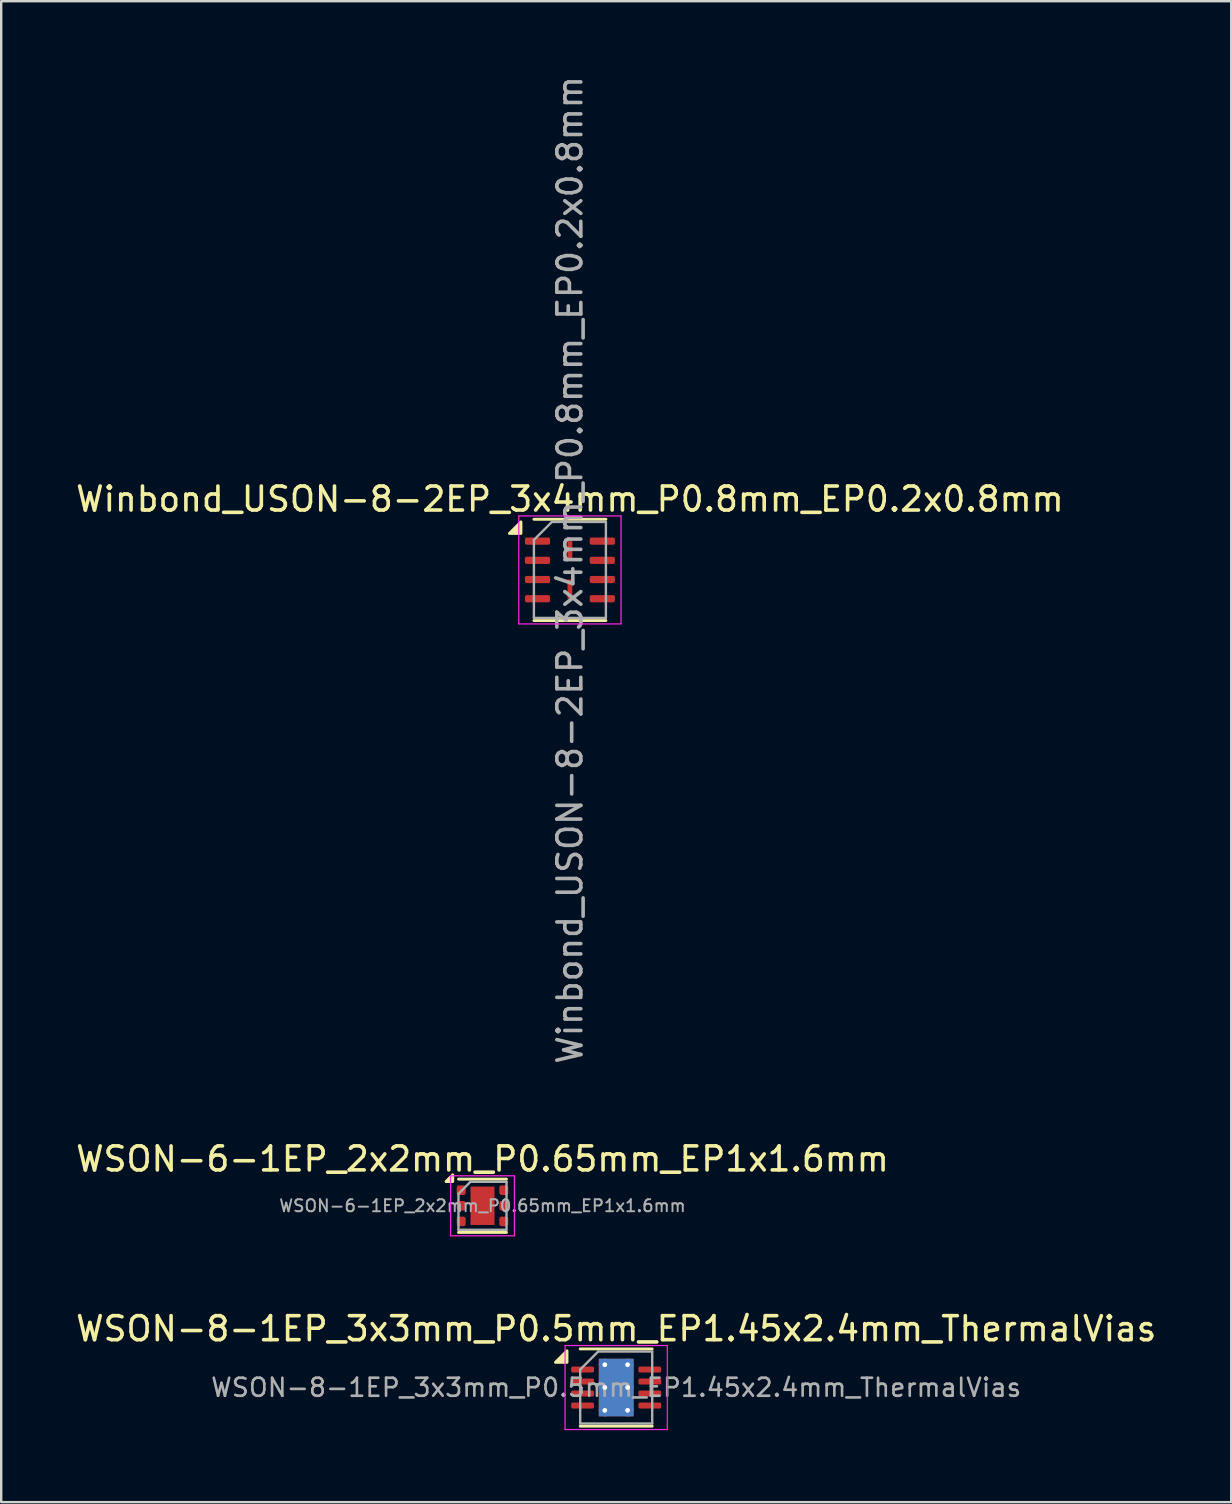
<source format=kicad_pcb>
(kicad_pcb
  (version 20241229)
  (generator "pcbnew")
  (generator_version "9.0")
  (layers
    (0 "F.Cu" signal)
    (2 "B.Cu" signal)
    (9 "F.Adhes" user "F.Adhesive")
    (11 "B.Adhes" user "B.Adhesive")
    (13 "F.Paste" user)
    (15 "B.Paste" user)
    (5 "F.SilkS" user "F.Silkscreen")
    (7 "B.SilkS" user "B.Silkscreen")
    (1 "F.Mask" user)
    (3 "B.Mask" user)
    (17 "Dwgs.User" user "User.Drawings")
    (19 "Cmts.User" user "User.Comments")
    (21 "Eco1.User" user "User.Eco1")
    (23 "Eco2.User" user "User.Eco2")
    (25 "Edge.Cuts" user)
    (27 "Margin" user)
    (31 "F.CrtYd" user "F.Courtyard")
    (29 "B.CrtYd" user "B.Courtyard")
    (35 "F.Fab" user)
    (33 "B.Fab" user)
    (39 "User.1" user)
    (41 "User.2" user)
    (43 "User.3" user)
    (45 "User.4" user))
  (footprint "WSON-8-1EP_3x3mm_P0.5mm_EP1.45x2.4mm_ThermalVias"
    (layer "F.Cu")
    (at 22.625 54.764)
    (property "Reference" "WSON-8-1EP_3x3mm_P0.5mm_EP1.45x2.4mm_ThermalVias" (at 0 -2.45 0) (layer "F.SilkS") (effects (font (size 1 1) (thickness 0.15))))
    (attr smd)
    (fp_line (start -1.5 -1.61) (end 1.5 -1.61) (stroke (width 0.12) (type solid)) (layer "F.SilkS"))
    (fp_line (start -1.5 1.61) (end 1.5 1.61) (stroke (width 0.12) (type solid)) (layer "F.SilkS"))
    (fp_poly (pts (xy -2.05 -1.05) (xy -2.53 -1.05) (xy -2.05 -1.53) (xy -2.05 -1.05)) (stroke (width 0.12) (type solid)) (fill yes) (layer "F.SilkS"))
    (fp_line (start -2.13 -1.75) (end -2.13 1.75) (stroke (width 0.05) (type solid)) (layer "F.CrtYd"))
    (fp_line (start -2.13 1.75) (end 2.13 1.75) (stroke (width 0.05) (type solid)) (layer "F.CrtYd"))
    (fp_line (start 2.13 -1.75) (end -2.13 -1.75) (stroke (width 0.05) (type solid)) (layer "F.CrtYd"))
    (fp_line (start 2.13 1.75) (end 2.13 -1.75) (stroke (width 0.05) (type solid)) (layer "F.CrtYd"))
    (fp_line (start -1.5 -0.75) (end -0.75 -1.5) (stroke (width 0.1) (type solid)) (layer "F.Fab"))
    (fp_line (start -1.5 1.5) (end -1.5 -0.75) (stroke (width 0.1) (type solid)) (layer "F.Fab"))
    (fp_line (start -0.75 -1.5) (end 1.5 -1.5) (stroke (width 0.1) (type solid)) (layer "F.Fab"))
    (fp_line (start 1.5 -1.5) (end 1.5 1.5) (stroke (width 0.1) (type solid)) (layer "F.Fab"))
    (fp_line (start 1.5 1.5) (end -1.5 1.5) (stroke (width 0.1) (type solid)) (layer "F.Fab"))
    (fp_text user "${REFERENCE}" (at 0 0 0) (layer "F.Fab") (effects (font (size 0.75 0.75) (thickness 0.11))))
    (pad "" smd roundrect (at 0 -0.6) (size 1.26 1.04) (layers "F.Paste") (roundrect_rratio 0.24))
    (pad "" smd roundrect (at 0 0.6) (size 1.26 1.04) (layers "F.Paste") (roundrect_rratio 0.24))
    (pad "1" smd roundrect (at -1.4 -0.75) (size 0.95 0.25) (layers "F.Cu" "F.Mask" "F.Paste") (roundrect_rratio 0.25))
    (pad "2" smd roundrect (at -1.4 -0.25) (size 0.95 0.25) (layers "F.Cu" "F.Mask" "F.Paste") (roundrect_rratio 0.25))
    (pad "3" smd roundrect (at -1.4 0.25) (size 0.95 0.25) (layers "F.Cu" "F.Mask" "F.Paste") (roundrect_rratio 0.25))
    (pad "4" smd roundrect (at -1.4 0.75) (size 0.95 0.25) (layers "F.Cu" "F.Mask" "F.Paste") (roundrect_rratio 0.25))
    (pad "5" smd roundrect (at 1.4 0.75) (size 0.95 0.25) (layers "F.Cu" "F.Mask" "F.Paste") (roundrect_rratio 0.25))
    (pad "6" smd roundrect (at 1.4 0.25) (size 0.95 0.25) (layers "F.Cu" "F.Mask" "F.Paste") (roundrect_rratio 0.25))
    (pad "7" smd roundrect (at 1.4 -0.25) (size 0.95 0.25) (layers "F.Cu" "F.Mask" "F.Paste") (roundrect_rratio 0.25))
    (pad "8" smd roundrect (at 1.4 -0.75) (size 0.95 0.25) (layers "F.Cu" "F.Mask" "F.Paste") (roundrect_rratio 0.25))
    (pad "9" thru_hole circle (at -0.475 -0.95) (size 0.5 0.5) (drill 0.2) (property pad_prop_heatsink) (layers "*.Cu"))
    (pad "9" thru_hole circle (at -0.475 0) (size 0.5 0.5) (drill 0.2) (property pad_prop_heatsink) (layers "*.Cu"))
    (pad "9" thru_hole circle (at -0.475 0.95) (size 0.5 0.5) (drill 0.2) (property pad_prop_heatsink) (layers "*.Cu"))
    (pad "9" smd rect (at 0 0) (size 1.45 2.4) (property pad_prop_heatsink) (layers "F.Cu" "F.Mask"))
    (pad "9" smd rect (at 0 0) (size 1.45 2.4) (property pad_prop_heatsink) (layers "B.Cu"))
    (pad "9" thru_hole circle (at 0.475 -0.95) (size 0.5 0.5) (drill 0.2) (property pad_prop_heatsink) (layers "*.Cu"))
    (pad "9" thru_hole circle (at 0.475 0) (size 0.5 0.5) (drill 0.2) (property pad_prop_heatsink) (layers "*.Cu"))
    (pad "9" thru_hole circle (at 0.475 0.95) (size 0.5 0.5) (drill 0.2) (property pad_prop_heatsink) (layers "*.Cu")))
  (footprint "Winbond_USON-8-2EP_3x4mm_P0.8mm_EP0.2x0.8mm"
    (layer "F.Cu")
    (at 20.696 20.696)
    (property "Reference" "Winbond_USON-8-2EP_3x4mm_P0.8mm_EP0.2x0.8mm" (at 0 -2.95 0) (layer "F.SilkS") (effects (font (size 1 1) (thickness 0.15))))
    (attr smd)
    (fp_line (start -1.5 -2.11) (end 1.5 -2.11) (stroke (width 0.12) (type solid)) (layer "F.SilkS"))
    (fp_line (start -1.5 2.11) (end 1.5 2.11) (stroke (width 0.12) (type solid)) (layer "F.SilkS"))
    (fp_poly (pts (xy -2.04 -1.52) (xy -2.52 -1.52) (xy -2.04 -2) (xy -2.04 -1.52)) (stroke (width 0.12) (type solid)) (fill yes) (layer "F.SilkS"))
    (fp_line (start -2.13 -2.25) (end -2.13 2.25) (stroke (width 0.05) (type solid)) (layer "F.CrtYd"))
    (fp_line (start -2.13 2.25) (end 2.13 2.25) (stroke (width 0.05) (type solid)) (layer "F.CrtYd"))
    (fp_line (start 2.13 -2.25) (end -2.13 -2.25) (stroke (width 0.05) (type solid)) (layer "F.CrtYd"))
    (fp_line (start 2.13 2.25) (end 2.13 -2.25) (stroke (width 0.05) (type solid)) (layer "F.CrtYd"))
    (fp_line (start -1.5 -1.25) (end -0.75 -2) (stroke (width 0.1) (type solid)) (layer "F.Fab"))
    (fp_line (start -1.5 2) (end -1.5 -1.25) (stroke (width 0.1) (type solid)) (layer "F.Fab"))
    (fp_line (start -0.75 -2) (end 1.5 -2) (stroke (width 0.1) (type solid)) (layer "F.Fab"))
    (fp_line (start 1.5 -2) (end 1.5 2) (stroke (width 0.1) (type solid)) (layer "F.Fab"))
    (fp_line (start 1.5 2) (end -1.5 2) (stroke (width 0.1) (type solid)) (layer "F.Fab"))
    (fp_text user "${REFERENCE}" (at 0 0 90) (layer "F.Fab") (effects (font (size 1 1) (thickness 0.15))))
    (pad "1" smd roundrect (at -1.35 -1.2) (size 1.05 0.3) (layers "F.Cu" "F.Mask" "F.Paste") (roundrect_rratio 0.25))
    (pad "2" smd roundrect (at -1.35 -0.4) (size 1.05 0.3) (layers "F.Cu" "F.Mask" "F.Paste") (roundrect_rratio 0.25))
    (pad "3" smd roundrect (at -1.35 0.4) (size 1.05 0.3) (layers "F.Cu" "F.Mask" "F.Paste") (roundrect_rratio 0.25))
    (pad "4" smd roundrect (at -1.35 1.2) (size 1.05 0.3) (layers "F.Cu" "F.Mask" "F.Paste") (roundrect_rratio 0.25))
    (pad "5" smd roundrect (at 1.35 1.2) (size 1.05 0.3) (layers "F.Cu" "F.Mask" "F.Paste") (roundrect_rratio 0.25))
    (pad "6" smd roundrect (at 1.35 0.4) (size 1.05 0.3) (layers "F.Cu" "F.Mask" "F.Paste") (roundrect_rratio 0.25))
    (pad "7" smd roundrect (at 1.35 -0.4) (size 1.05 0.3) (layers "F.Cu" "F.Mask" "F.Paste") (roundrect_rratio 0.25))
    (pad "8" smd roundrect (at 1.35 -1.2) (size 1.05 0.3) (layers "F.Cu" "F.Mask" "F.Paste") (roundrect_rratio 0.25))
    (pad "9" smd roundrect (at 0 -0.8) (size 0.2 0.8) (layers "F.Cu" "F.Mask" "F.Paste") (roundrect_rratio 0.02))
    (pad "9" smd roundrect (at 0 0.8) (size 0.2 0.8) (layers "F.Cu" "F.Mask" "F.Paste") (roundrect_rratio 0.02)))
  (footprint "WSON-6-1EP_2x2mm_P0.65mm_EP1x1.6mm"
    (layer "F.Cu")
    (at 17.054 47.191)
    (property "Reference" "WSON-6-1EP_2x2mm_P0.65mm_EP1x1.6mm" (at 0 -1.95 0) (layer "F.SilkS") (effects (font (size 1 1) (thickness 0.15))))
    (attr smd)
    (fp_line (start -1 -1.11) (end 1 -1.11) (stroke (width 0.12) (type solid)) (layer "F.SilkS"))
    (fp_line (start -1 1.11) (end 1 1.11) (stroke (width 0.12) (type solid)) (layer "F.SilkS"))
    (fp_poly (pts (xy -1.24 -1.01) (xy -1.52 -1.01) (xy -1.24 -1.29) (xy -1.24 -1.01)) (stroke (width 0.12) (type solid)) (fill yes) (layer "F.SilkS"))
    (fp_line (start -1.33 -1.25) (end -1.33 1.25) (stroke (width 0.05) (type solid)) (layer "F.CrtYd"))
    (fp_line (start -1.33 1.25) (end 1.33 1.25) (stroke (width 0.05) (type solid)) (layer "F.CrtYd"))
    (fp_line (start 1.33 -1.25) (end -1.33 -1.25) (stroke (width 0.05) (type solid)) (layer "F.CrtYd"))
    (fp_line (start 1.33 1.25) (end 1.33 -1.25) (stroke (width 0.05) (type solid)) (layer "F.CrtYd"))
    (fp_line (start -1 -0.5) (end -0.5 -1) (stroke (width 0.1) (type solid)) (layer "F.Fab"))
    (fp_line (start -1 1) (end -1 -0.5) (stroke (width 0.1) (type solid)) (layer "F.Fab"))
    (fp_line (start -0.5 -1) (end 1 -1) (stroke (width 0.1) (type solid)) (layer "F.Fab"))
    (fp_line (start 1 -1) (end 1 1) (stroke (width 0.1) (type solid)) (layer "F.Fab"))
    (fp_line (start 1 1) (end -1 1) (stroke (width 0.1) (type solid)) (layer "F.Fab"))
    (fp_text user "${REFERENCE}" (at 0 0 0) (layer "F.Fab") (effects (font (size 0.5 0.5) (thickness 0.08))))
    (pad "" smd roundrect (at 0 -0.4) (size 0.81 0.64) (layers "F.Paste") (roundrect_rratio 0.25))
    (pad "" smd roundrect (at 0 0.4) (size 0.81 0.64) (layers "F.Paste") (roundrect_rratio 0.25))
    (pad "1" smd roundrect (at -0.887 -0.65) (size 0.375 0.4) (layers "F.Cu" "F.Mask" "F.Paste") (roundrect_rratio 0.25))
    (pad "2" smd roundrect (at -0.887 0) (size 0.375 0.4) (layers "F.Cu" "F.Mask" "F.Paste") (roundrect_rratio 0.25))
    (pad "3" smd roundrect (at -0.887 0.65) (size 0.375 0.4) (layers "F.Cu" "F.Mask" "F.Paste") (roundrect_rratio 0.25))
    (pad "4" smd roundrect (at 0.887 0.65) (size 0.375 0.4) (layers "F.Cu" "F.Mask" "F.Paste") (roundrect_rratio 0.25))
    (pad "5" smd roundrect (at 0.887 0) (size 0.375 0.4) (layers "F.Cu" "F.Mask" "F.Paste") (roundrect_rratio 0.25))
    (pad "6" smd roundrect (at 0.887 -0.65) (size 0.375 0.4) (layers "F.Cu" "F.Mask" "F.Paste") (roundrect_rratio 0.25))
    (pad "7" smd rect (at 0 0) (size 1 1.6) (property pad_prop_heatsink) (layers "F.Cu" "F.Mask")))
  (gr_rect
    (start -3 -3)
    (end 48.25 59.539)
    (stroke (width 0.1) (type default))
    (fill no)
    (layer "Edge.Cuts")))
</source>
